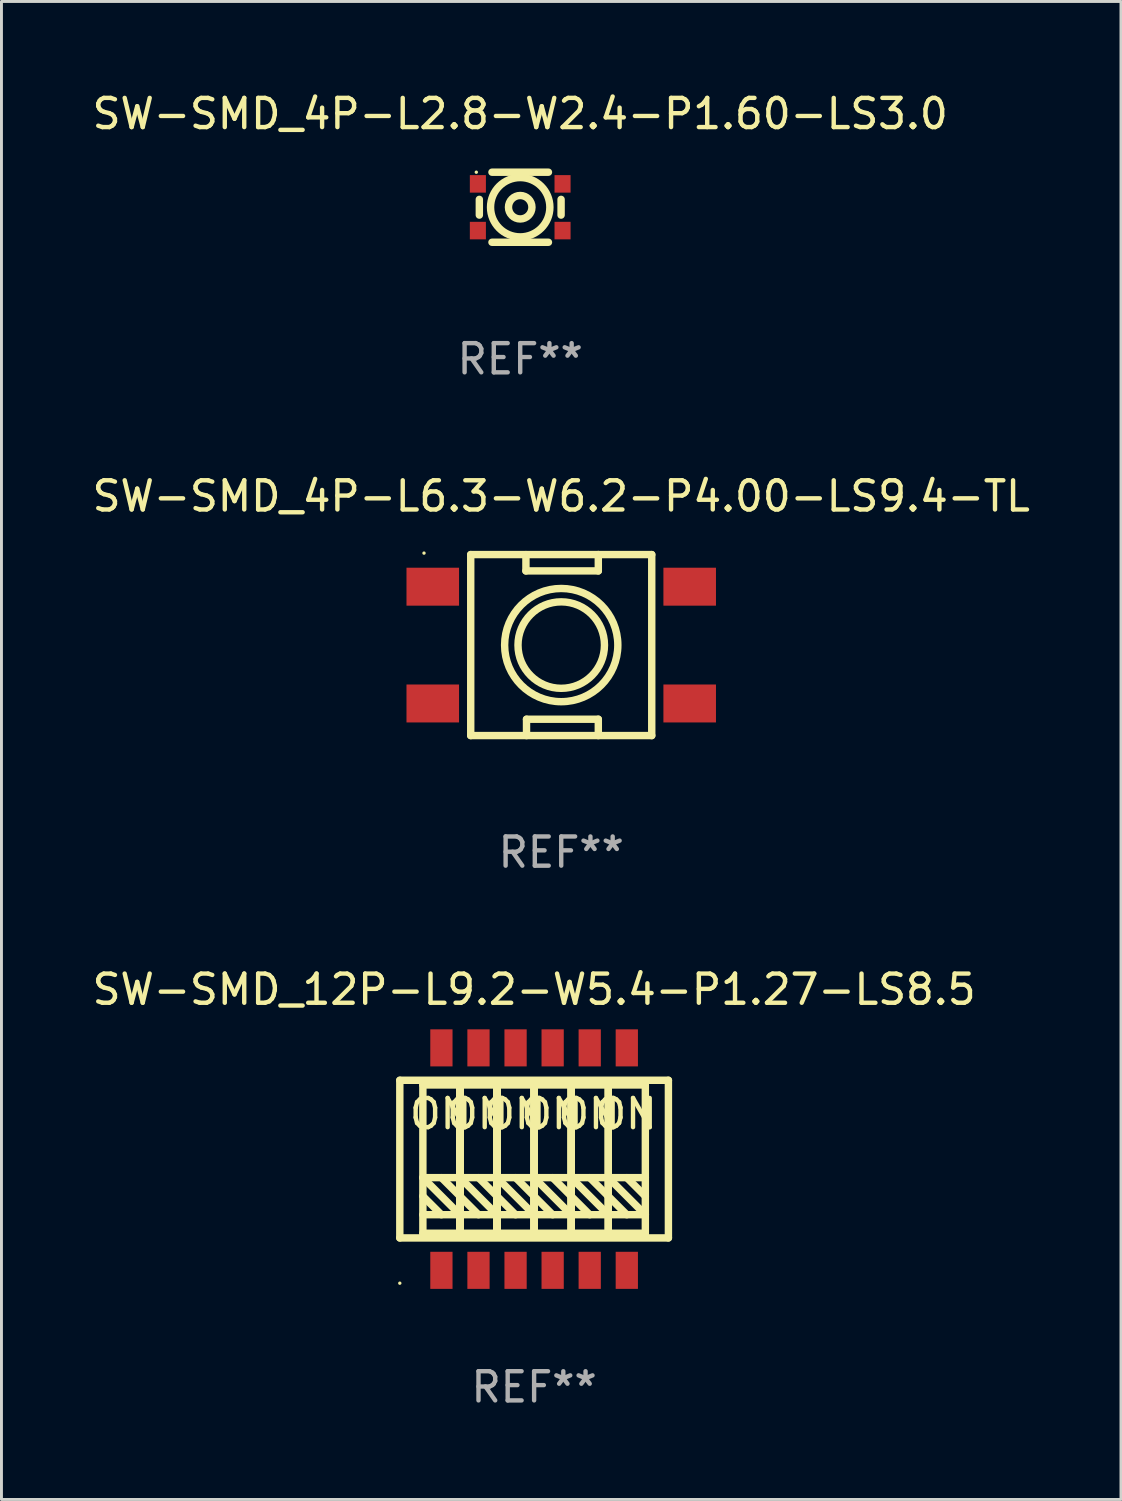
<source format=kicad_pcb>
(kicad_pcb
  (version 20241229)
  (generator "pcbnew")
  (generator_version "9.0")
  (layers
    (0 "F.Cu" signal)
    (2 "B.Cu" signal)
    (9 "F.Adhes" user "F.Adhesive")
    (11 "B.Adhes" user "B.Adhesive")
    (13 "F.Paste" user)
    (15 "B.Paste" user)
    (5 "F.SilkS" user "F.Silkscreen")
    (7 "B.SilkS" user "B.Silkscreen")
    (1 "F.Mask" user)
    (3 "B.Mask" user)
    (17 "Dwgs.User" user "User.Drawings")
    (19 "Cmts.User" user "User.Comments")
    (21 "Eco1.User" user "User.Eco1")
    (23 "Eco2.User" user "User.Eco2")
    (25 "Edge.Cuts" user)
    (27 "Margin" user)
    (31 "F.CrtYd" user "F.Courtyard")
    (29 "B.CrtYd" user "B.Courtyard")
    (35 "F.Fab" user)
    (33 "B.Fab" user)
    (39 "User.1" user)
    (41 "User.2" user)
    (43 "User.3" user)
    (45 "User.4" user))
  (footprint "SW-SMD_4P-L2.8-W2.4-P1.60-LS3.0"
    (layer "F.Cu")
    (at 14.768 4.048)
    (property "Reference" "SW-SMD_4P-L2.8-W2.4-P1.60-LS3.0" (at 0 -3.2 0) (layer "F.SilkS") (effects (font (size 1 1) (thickness 0.15))))
    (attr through_hole)
    (fp_line (start -1.4 0.269) (end -1.4 -0.269) (stroke (width 0.254) (type solid)) (layer "F.SilkS"))
    (fp_line (start 0.967 -1.2) (end -0.967 -1.2) (stroke (width 0.254) (type solid)) (layer "F.SilkS"))
    (fp_line (start 0.967 1.2) (end -0.967 1.2) (stroke (width 0.254) (type solid)) (layer "F.SilkS"))
    (fp_line (start 1.4 -0.269) (end 1.4 0.269) (stroke (width 0.254) (type solid)) (layer "F.SilkS"))
    (fp_circle (center -1.504 -1.2) (end -1.474 -1.2) (stroke (width 0.06) (type solid)) (fill no) (layer "F.SilkS"))
    (fp_circle (center 0 0) (end 0.402 0) (stroke (width 0.254) (type solid)) (fill no) (layer "F.SilkS"))
    (fp_circle (center 0 0) (end 1.016 0) (stroke (width 0.254) (type solid)) (fill no) (layer "F.SilkS"))
    (fp_text user "REF**" (at 0 5.2 0) (layer "F.Fab") (effects (font (size 1 1) (thickness 0.15))))
    (pad "A" smd rect (at -1.45 -0.8 90) (size 0.6 0.55) (layers "F.Cu" "F.Mask" "F.Paste"))
    (pad "A&#96;" smd rect (at 1.45 -0.8 90) (size 0.6 0.55) (layers "F.Cu" "F.Mask" "F.Paste"))
    (pad "B" smd rect (at -1.45 0.8 90) (size 0.6 0.55) (layers "F.Cu" "F.Mask" "F.Paste"))
    (pad "B&#96;" smd rect (at 1.45 0.8 90) (size 0.6 0.55) (layers "F.Cu" "F.Mask" "F.Paste")))
  (footprint "SW-SMD_4P-L6.3-W6.2-P4.00-LS9.4-TL"
    (layer "F.Cu")
    (at 16.173 19.045)
    (property "Reference" "SW-SMD_4P-L6.3-W6.2-P4.00-LS9.4-TL" (at 0 -5.1 0) (layer "F.SilkS") (effects (font (size 1 1) (thickness 0.15))))
    (attr through_hole)
    (fp_line (start -3.1 -3.1) (end -3.1 3.1) (stroke (width 0.254) (type solid)) (layer "F.SilkS"))
    (fp_line (start -3.1 -3.1) (end 3.1 -3.1) (stroke (width 0.254) (type solid)) (layer "F.SilkS"))
    (fp_line (start -3.1 3.1) (end 3.1 3.1) (stroke (width 0.254) (type solid)) (layer "F.SilkS"))
    (fp_line (start -1.209 -3.099) (end -1.209 -2.54) (stroke (width 0.254) (type solid)) (layer "F.SilkS"))
    (fp_line (start -1.209 -2.54) (end 1.27 -2.54) (stroke (width 0.254) (type solid)) (layer "F.SilkS"))
    (fp_line (start -1.189 2.54) (end 1.27 2.54) (stroke (width 0.254) (type solid)) (layer "F.SilkS"))
    (fp_line (start -1.189 3.1) (end -1.189 2.54) (stroke (width 0.254) (type solid)) (layer "F.SilkS"))
    (fp_line (start 1.27 -3.099) (end 1.27 -3.048) (stroke (width 0.254) (type solid)) (layer "F.SilkS"))
    (fp_line (start 1.27 -2.54) (end 1.27 -3.099) (stroke (width 0.254) (type solid)) (layer "F.SilkS"))
    (fp_line (start 1.27 2.54) (end 1.27 3.1) (stroke (width 0.254) (type solid)) (layer "F.SilkS"))
    (fp_line (start 3.1 -3.1) (end 3.1 3.1) (stroke (width 0.254) (type solid)) (layer "F.SilkS"))
    (fp_circle (center -4.7 -3.15) (end -4.67 -3.15) (stroke (width 0.06) (type solid)) (fill no) (layer "F.SilkS"))
    (fp_circle (center 0 0) (end 1.481 0) (stroke (width 0.254) (type solid)) (fill no) (layer "F.SilkS"))
    (fp_circle (center 0 0) (end 1.939 0) (stroke (width 0.254) (type solid)) (fill no) (layer "F.SilkS"))
    (fp_text user "REF**" (at 0 7.1 0) (layer "F.Fab") (effects (font (size 1 1) (thickness 0.15))))
    (pad "1" smd rect (at -4.4 -2) (size 1.8 1.3) (layers "F.Cu" "F.Mask" "F.Paste"))
    (pad "2" smd rect (at 4.4 -2) (size 1.8 1.3) (layers "F.Cu" "F.Mask" "F.Paste"))
    (pad "3" smd rect (at -4.4 2) (size 1.8 1.3) (layers "F.Cu" "F.Mask" "F.Paste"))
    (pad "4" smd rect (at 4.4 2) (size 1.8 1.3) (layers "F.Cu" "F.Mask" "F.Paste")))
  (footprint "SW-SMD_12P-L9.2-W5.4-P1.27-LS8.5"
    (layer "F.Cu")
    (at 15.244 36.651)
    (property "Reference" "SW-SMD_12P-L9.2-W5.4-P1.27-LS8.5" (at 0 -5.81 0) (layer "F.SilkS") (effects (font (size 1 1) (thickness 0.15))))
    (attr through_hole)
    (fp_line (start -4.6 -2.7) (end -4.6 2.7) (stroke (width 0.254) (type solid)) (layer "F.SilkS"))
    (fp_line (start -4.6 2.7) (end 4.6 2.7) (stroke (width 0.254) (type solid)) (layer "F.SilkS"))
    (fp_line (start -3.81 -2.54) (end -3.81 2.54) (stroke (width 0.254) (type solid)) (layer "F.SilkS"))
    (fp_line (start -3.81 0.635) (end -2.54 1.905) (stroke (width 0.254) (type solid)) (layer "F.SilkS"))
    (fp_line (start -3.81 1.27) (end -3.175 1.905) (stroke (width 0.254) (type solid)) (layer "F.SilkS"))
    (fp_line (start -3.81 1.905) (end -2.54 1.905) (stroke (width 0.254) (type solid)) (layer "F.SilkS"))
    (fp_line (start -3.81 2.54) (end -2.54 2.54) (stroke (width 0.254) (type solid)) (layer "F.SilkS"))
    (fp_line (start -3.175 0.635) (end -2.54 1.27) (stroke (width 0.254) (type solid)) (layer "F.SilkS"))
    (fp_line (start -2.54 -2.54) (end -3.81 -2.54) (stroke (width 0.254) (type solid)) (layer "F.SilkS"))
    (fp_line (start -2.54 -2.54) (end -2.54 2.54) (stroke (width 0.254) (type solid)) (layer "F.SilkS"))
    (fp_line (start -2.54 -2.54) (end -2.54 2.54) (stroke (width 0.254) (type solid)) (layer "F.SilkS"))
    (fp_line (start -2.54 -2.54) (end -1.27 -2.54) (stroke (width 0.254) (type solid)) (layer "F.SilkS"))
    (fp_line (start -2.54 0.635) (end -3.81 0.635) (stroke (width 0.254) (type solid)) (layer "F.SilkS"))
    (fp_line (start -2.54 0.635) (end -1.27 1.905) (stroke (width 0.254) (type solid)) (layer "F.SilkS"))
    (fp_line (start -2.54 1.27) (end -1.905 1.905) (stroke (width 0.254) (type solid)) (layer "F.SilkS"))
    (fp_line (start -2.54 1.905) (end -1.27 1.905) (stroke (width 0.254) (type solid)) (layer "F.SilkS"))
    (fp_line (start -2.54 2.54) (end -2.54 -2.54) (stroke (width 0.254) (type solid)) (layer "F.SilkS"))
    (fp_line (start -2.54 2.54) (end -2.54 -2.54) (stroke (width 0.254) (type solid)) (layer "F.SilkS"))
    (fp_line (start -2.54 2.54) (end -2.54 -2.54) (stroke (width 0.254) (type solid)) (layer "F.SilkS"))
    (fp_line (start -2.54 2.54) (end -2.54 -2.54) (stroke (width 0.254) (type solid)) (layer "F.SilkS"))
    (fp_line (start -1.905 0.635) (end -1.27 1.27) (stroke (width 0.254) (type solid)) (layer "F.SilkS"))
    (fp_line (start -1.27 -2.54) (end -1.27 2.54) (stroke (width 0.254) (type solid)) (layer "F.SilkS"))
    (fp_line (start -1.27 -2.54) (end -1.27 2.54) (stroke (width 0.254) (type solid)) (layer "F.SilkS"))
    (fp_line (start -1.27 -2.54) (end -1.27 2.54) (stroke (width 0.254) (type solid)) (layer "F.SilkS"))
    (fp_line (start -1.27 0.635) (end -2.54 0.635) (stroke (width 0.254) (type solid)) (layer "F.SilkS"))
    (fp_line (start -1.27 0.635) (end 0 1.905) (stroke (width 0.254) (type solid)) (layer "F.SilkS"))
    (fp_line (start -1.27 1.27) (end -0.635 1.905) (stroke (width 0.254) (type solid)) (layer "F.SilkS"))
    (fp_line (start -1.27 1.905) (end 0 1.905) (stroke (width 0.254) (type solid)) (layer "F.SilkS"))
    (fp_line (start -1.27 2.54) (end -2.54 2.54) (stroke (width 0.254) (type solid)) (layer "F.SilkS"))
    (fp_line (start -1.27 2.54) (end -1.27 -2.54) (stroke (width 0.254) (type solid)) (layer "F.SilkS"))
    (fp_line (start -1.27 2.54) (end -1.27 -2.54) (stroke (width 0.254) (type solid)) (layer "F.SilkS"))
    (fp_line (start -1.27 2.54) (end 0 2.54) (stroke (width 0.254) (type solid)) (layer "F.SilkS"))
    (fp_line (start -0.635 0.635) (end 0 1.27) (stroke (width 0.254) (type solid)) (layer "F.SilkS"))
    (fp_line (start 0 -2.54) (end -1.27 -2.54) (stroke (width 0.254) (type solid)) (layer "F.SilkS"))
    (fp_line (start 0 -2.54) (end 0 2.54) (stroke (width 0.254) (type solid)) (layer "F.SilkS"))
    (fp_line (start 0 -2.54) (end 0 2.54) (stroke (width 0.254) (type solid)) (layer "F.SilkS"))
    (fp_line (start 0 0.635) (end -1.27 0.635) (stroke (width 0.254) (type solid)) (layer "F.SilkS"))
    (fp_line (start 0 0.635) (end 1.27 0.635) (stroke (width 0.254) (type solid)) (layer "F.SilkS"))
    (fp_line (start 0 1.27) (end 0.635 1.905) (stroke (width 0.254) (type solid)) (layer "F.SilkS"))
    (fp_line (start 0 1.905) (end 1.27 1.905) (stroke (width 0.254) (type solid)) (layer "F.SilkS"))
    (fp_line (start 0 2.54) (end 0 -2.54) (stroke (width 0.254) (type solid)) (layer "F.SilkS"))
    (fp_line (start 0 2.54) (end 0 -2.54) (stroke (width 0.254) (type solid)) (layer "F.SilkS"))
    (fp_line (start 0 2.54) (end 1.27 2.54) (stroke (width 0.254) (type solid)) (layer "F.SilkS"))
    (fp_line (start 0.635 0.635) (end 1.27 1.27) (stroke (width 0.254) (type solid)) (layer "F.SilkS"))
    (fp_line (start 1.27 -2.54) (end 0 -2.54) (stroke (width 0.254) (type solid)) (layer "F.SilkS"))
    (fp_line (start 1.27 -2.54) (end 1.27 2.54) (stroke (width 0.254) (type solid)) (layer "F.SilkS"))
    (fp_line (start 1.27 -2.54) (end 2.54 -2.54) (stroke (width 0.254) (type solid)) (layer "F.SilkS"))
    (fp_line (start 1.27 0.635) (end 2.54 0.635) (stroke (width 0.254) (type solid)) (layer "F.SilkS"))
    (fp_line (start 1.27 0.635) (end 2.54 1.905) (stroke (width 0.254) (type solid)) (layer "F.SilkS"))
    (fp_line (start 1.27 1.27) (end 1.905 1.905) (stroke (width 0.254) (type solid)) (layer "F.SilkS"))
    (fp_line (start 1.27 1.905) (end 0 0.635) (stroke (width 0.254) (type solid)) (layer "F.SilkS"))
    (fp_line (start 1.27 2.54) (end 1.27 -2.54) (stroke (width 0.254) (type solid)) (layer "F.SilkS"))
    (fp_line (start 1.27 2.54) (end 1.27 -2.54) (stroke (width 0.254) (type solid)) (layer "F.SilkS"))
    (fp_line (start 1.905 0.635) (end 2.54 1.27) (stroke (width 0.254) (type solid)) (layer "F.SilkS"))
    (fp_line (start 2.54 -2.54) (end 2.54 2.54) (stroke (width 0.254) (type solid)) (layer "F.SilkS"))
    (fp_line (start 2.54 -2.54) (end 3.81 -2.54) (stroke (width 0.254) (type solid)) (layer "F.SilkS"))
    (fp_line (start 2.54 0.635) (end 3.81 0.635) (stroke (width 0.254) (type solid)) (layer "F.SilkS"))
    (fp_line (start 2.54 0.635) (end 3.81 1.905) (stroke (width 0.254) (type solid)) (layer "F.SilkS"))
    (fp_line (start 2.54 1.27) (end 3.175 1.905) (stroke (width 0.254) (type solid)) (layer "F.SilkS"))
    (fp_line (start 2.54 1.905) (end 1.27 1.905) (stroke (width 0.254) (type solid)) (layer "F.SilkS"))
    (fp_line (start 2.54 2.54) (end 1.27 2.54) (stroke (width 0.254) (type solid)) (layer "F.SilkS"))
    (fp_line (start 2.54 2.54) (end 2.54 -2.54) (stroke (width 0.254) (type solid)) (layer "F.SilkS"))
    (fp_line (start 3.175 0.635) (end 3.81 1.27) (stroke (width 0.254) (type solid)) (layer "F.SilkS"))
    (fp_line (start 3.81 -2.54) (end 3.81 2.54) (stroke (width 0.254) (type solid)) (layer "F.SilkS"))
    (fp_line (start 3.81 1.905) (end 2.54 1.905) (stroke (width 0.254) (type solid)) (layer "F.SilkS"))
    (fp_line (start 3.81 2.54) (end 2.54 2.54) (stroke (width 0.254) (type solid)) (layer "F.SilkS"))
    (fp_line (start 4.6 -2.7) (end -4.6 -2.7) (stroke (width 0.254) (type solid)) (layer "F.SilkS"))
    (fp_line (start 4.6 2.7) (end 4.6 -2.7) (stroke (width 0.254) (type solid)) (layer "F.SilkS"))
    (fp_circle (center -4.6 4.25) (end -4.57 4.25) (stroke (width 0.06) (type solid)) (fill no) (layer "F.SilkS"))
    (fp_text user "ON" (at 1.88 -1.549 0) (layer "F.SilkS") (effects (font (size 1 1) (thickness 0.15))))
    (fp_text user "ON" (at -0.66 -1.549 0) (layer "F.SilkS") (effects (font (size 1 1) (thickness 0.15))))
    (fp_text user "ON" (at -3.2 -1.549 0) (layer "F.SilkS") (effects (font (size 1 1) (thickness 0.15))))
    (fp_text user "ON" (at 0.61 -1.549 0) (layer "F.SilkS") (effects (font (size 1 1) (thickness 0.15))))
    (fp_text user "ON" (at 3.15 -1.549 0) (layer "F.SilkS") (effects (font (size 1 1) (thickness 0.15))))
    (fp_text user "ON" (at -1.93 -1.549 0) (layer "F.SilkS") (effects (font (size 1 1) (thickness 0.15))))
    (fp_text user "REF**" (at 0 7.81 0) (layer "F.Fab") (effects (font (size 1 1) (thickness 0.15))))
    (pad "1" smd rect (at -3.175 3.81 270) (size 1.27 0.762) (layers "F.Cu" "F.Mask" "F.Paste"))
    (pad "2" smd rect (at -1.905 3.81 270) (size 1.27 0.762) (layers "F.Cu" "F.Mask" "F.Paste"))
    (pad "3" smd rect (at -0.635 3.81 270) (size 1.27 0.762) (layers "F.Cu" "F.Mask" "F.Paste"))
    (pad "4" smd rect (at 0.635 3.81 270) (size 1.27 0.762) (layers "F.Cu" "F.Mask" "F.Paste"))
    (pad "5" smd rect (at 1.905 3.81 270) (size 1.27 0.762) (layers "F.Cu" "F.Mask" "F.Paste"))
    (pad "6" smd rect (at 3.175 3.81 270) (size 1.27 0.762) (layers "F.Cu" "F.Mask" "F.Paste"))
    (pad "7" smd rect (at 3.175 -3.81 270) (size 1.27 0.762) (layers "F.Cu" "F.Mask" "F.Paste"))
    (pad "8" smd rect (at 1.905 -3.81 270) (size 1.27 0.762) (layers "F.Cu" "F.Mask" "F.Paste"))
    (pad "9" smd rect (at 0.635 -3.81 270) (size 1.27 0.762) (layers "F.Cu" "F.Mask" "F.Paste"))
    (pad "10" smd rect (at -0.635 -3.81 270) (size 1.27 0.762) (layers "F.Cu" "F.Mask" "F.Paste"))
    (pad "11" smd rect (at -1.905 -3.81 270) (size 1.27 0.762) (layers "F.Cu" "F.Mask" "F.Paste"))
    (pad "12" smd rect (at -3.175 -3.81 270) (size 1.27 0.762) (layers "F.Cu" "F.Mask" "F.Paste")))
  (gr_rect
    (start -3 -3)
    (end 35.345 48.309)
    (stroke (width 0.1) (type default))
    (fill no)
    (layer "Edge.Cuts")))
</source>
